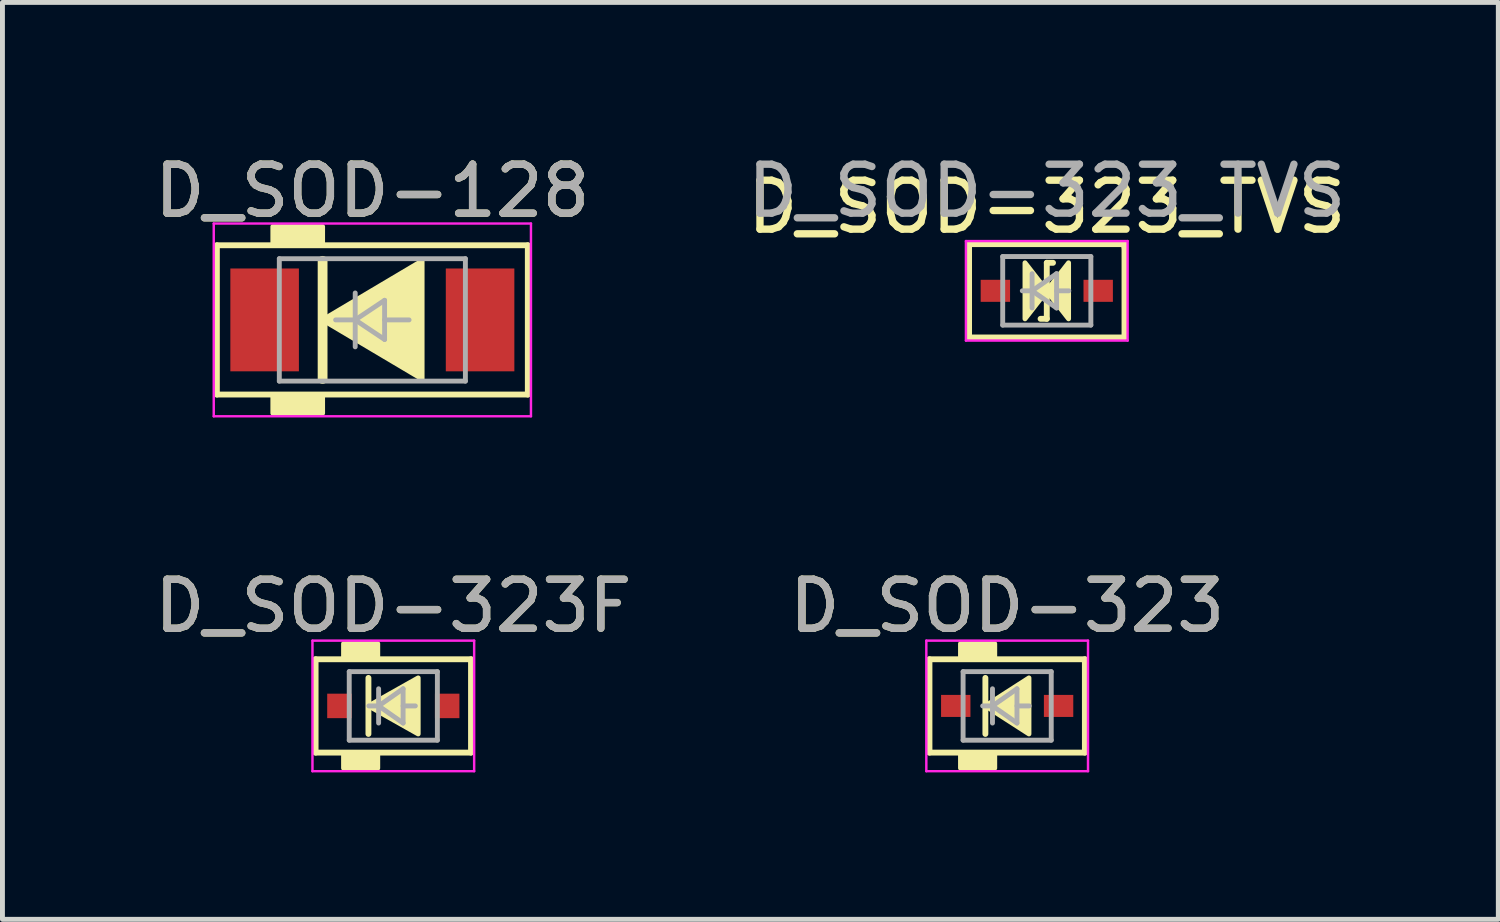
<source format=kicad_pcb>
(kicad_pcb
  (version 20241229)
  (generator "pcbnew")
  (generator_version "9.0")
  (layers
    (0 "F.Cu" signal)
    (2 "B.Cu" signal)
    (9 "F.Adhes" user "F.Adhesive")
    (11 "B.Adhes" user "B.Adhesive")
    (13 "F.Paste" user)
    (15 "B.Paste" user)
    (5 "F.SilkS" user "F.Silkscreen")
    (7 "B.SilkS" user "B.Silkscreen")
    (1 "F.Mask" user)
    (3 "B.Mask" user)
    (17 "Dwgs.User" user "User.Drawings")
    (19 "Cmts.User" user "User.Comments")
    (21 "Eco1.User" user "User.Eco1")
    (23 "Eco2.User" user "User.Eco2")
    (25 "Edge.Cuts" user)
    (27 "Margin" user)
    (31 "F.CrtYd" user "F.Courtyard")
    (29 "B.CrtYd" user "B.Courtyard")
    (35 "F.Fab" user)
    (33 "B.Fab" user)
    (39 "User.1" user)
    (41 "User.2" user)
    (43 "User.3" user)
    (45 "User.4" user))
  (footprint "D_SOD-323_TVS"
    (layer "F.Cu")
    (at 18.327 2.889)
    (property "Reference" "D_SOD-323_TVS" (at 0 -1.714 0) (layer "F.SilkS") (effects (font (size 1 1) (thickness 0.15))))
    (attr smd)
    (fp_line (start -1.587 -0.953) (end -1.587 0.953) (stroke (width 0.12) (type solid)) (layer "F.SilkS"))
    (fp_line (start -1.587 0.953) (end 1.587 0.953) (stroke (width 0.12) (type solid)) (layer "F.SilkS"))
    (fp_line (start -0.127 0.572) (end 0 0.572) (stroke (width 0.12) (type solid)) (layer "F.SilkS"))
    (fp_line (start 0 -0.572) (end 0 0.572) (stroke (width 0.12) (type solid)) (layer "F.SilkS"))
    (fp_line (start 0 -0.572) (end 0.127 -0.572) (stroke (width 0.12) (type solid)) (layer "F.SilkS"))
    (fp_line (start 1.587 -0.953) (end -1.587 -0.953) (stroke (width 0.12) (type solid)) (layer "F.SilkS"))
    (fp_line (start 1.587 -0.889) (end 1.587 -0.953) (stroke (width 0.12) (type solid)) (layer "F.SilkS"))
    (fp_line (start 1.587 0.953) (end 1.587 -0.889) (stroke (width 0.12) (type solid)) (layer "F.SilkS"))
    (fp_poly (pts (xy 0 0) (xy -0.445 0.572) (xy -0.445 -0.572)) (stroke (width 0.1) (type solid)) (fill yes) (layer "F.SilkS"))
    (fp_poly (pts (xy 0 0) (xy 0.445 -0.572) (xy 0.445 0.572)) (stroke (width 0.1) (type solid)) (fill yes) (layer "F.SilkS"))
    (fp_line (start -1.651 -1.016) (end -1.651 1.016) (stroke (width 0.05) (type solid)) (layer "F.CrtYd"))
    (fp_line (start -1.651 -1.016) (end 1.651 -1.016) (stroke (width 0.05) (type solid)) (layer "F.CrtYd"))
    (fp_line (start -1.651 1.016) (end 1.651 1.016) (stroke (width 0.05) (type solid)) (layer "F.CrtYd"))
    (fp_line (start 1.651 -1.016) (end 1.651 1.016) (stroke (width 0.05) (type solid)) (layer "F.CrtYd"))
    (fp_line (start -0.9 -0.7) (end 0.9 -0.7) (stroke (width 0.1) (type solid)) (layer "F.Fab"))
    (fp_line (start -0.9 0.7) (end -0.9 -0.7) (stroke (width 0.1) (type solid)) (layer "F.Fab"))
    (fp_line (start -0.3 -0.35) (end -0.3 0.35) (stroke (width 0.1) (type solid)) (layer "F.Fab"))
    (fp_line (start -0.3 0) (end -0.5 0) (stroke (width 0.1) (type solid)) (layer "F.Fab"))
    (fp_line (start -0.3 0) (end 0.2 -0.35) (stroke (width 0.1) (type solid)) (layer "F.Fab"))
    (fp_line (start 0.2 -0.35) (end 0.2 0.35) (stroke (width 0.1) (type solid)) (layer "F.Fab"))
    (fp_line (start 0.2 0) (end 0.45 0) (stroke (width 0.1) (type solid)) (layer "F.Fab"))
    (fp_line (start 0.2 0.35) (end -0.3 0) (stroke (width 0.1) (type solid)) (layer "F.Fab"))
    (fp_line (start 0.9 -0.7) (end 0.9 0.7) (stroke (width 0.1) (type solid)) (layer "F.Fab"))
    (fp_line (start 0.9 0.7) (end -0.9 0.7) (stroke (width 0.1) (type solid)) (layer "F.Fab"))
    (fp_text user "${REFERENCE}" (at 0 -2.041 0) (layer "F.Fab") (effects (font (size 1 1) (thickness 0.15))))
    (pad "1" smd rect (at -1.05 0) (size 0.6 0.45) (layers "F.Cu" "F.Mask" "F.Paste"))
    (pad "2" smd rect (at 1.05 0) (size 0.6 0.45) (layers "F.Cu" "F.Mask" "F.Paste")))
  (footprint "D_SOD-323"
    (layer "F.Cu")
    (at 17.518 11.366)
    (property "Reference" "D_SOD-323" (at 0 -2.041 0) (layer "F.SilkS") (effects (font (size 1 1) (thickness 0.15))))
    (attr smd)
    (fp_line (start -1.587 -0.953) (end -1.587 0.953) (stroke (width 0.12) (type solid)) (layer "F.SilkS"))
    (fp_line (start -1.587 0.953) (end 1.587 0.953) (stroke (width 0.12) (type solid)) (layer "F.SilkS"))
    (fp_line (start -0.445 -0.572) (end -0.445 0.572) (stroke (width 0.12) (type solid)) (layer "F.SilkS"))
    (fp_line (start 1.587 -0.953) (end -1.587 -0.953) (stroke (width 0.12) (type solid)) (layer "F.SilkS"))
    (fp_line (start 1.587 -0.889) (end 1.587 -0.953) (stroke (width 0.12) (type solid)) (layer "F.SilkS"))
    (fp_line (start 1.587 0.953) (end 1.587 -0.889) (stroke (width 0.12) (type solid)) (layer "F.SilkS"))
    (fp_poly (pts (xy 0.445 0.572) (xy -0.445 0) (xy 0.445 -0.572)) (stroke (width 0.1) (type solid)) (fill yes) (layer "F.SilkS"))
    (fp_poly (pts (xy -0.254 -0.953) (xy -0.953 -0.953) (xy -0.953 -1.27) (xy -0.254 -1.27)) (stroke (width 0.1) (type solid)) (fill yes) (layer "F.SilkS"))
    (fp_poly (pts (xy -0.254 1.27) (xy -0.953 1.27) (xy -0.953 0.953) (xy -0.254 0.953)) (stroke (width 0.1) (type solid)) (fill yes) (layer "F.SilkS"))
    (fp_line (start -1.651 -1.333) (end -1.651 1.333) (stroke (width 0.05) (type solid)) (layer "F.CrtYd"))
    (fp_line (start -1.651 -1.333) (end 1.651 -1.333) (stroke (width 0.05) (type solid)) (layer "F.CrtYd"))
    (fp_line (start -1.651 1.333) (end 1.651 1.333) (stroke (width 0.05) (type solid)) (layer "F.CrtYd"))
    (fp_line (start 1.651 -1.333) (end 1.651 1.333) (stroke (width 0.05) (type solid)) (layer "F.CrtYd"))
    (fp_line (start -0.9 -0.7) (end 0.9 -0.7) (stroke (width 0.1) (type solid)) (layer "F.Fab"))
    (fp_line (start -0.9 0.7) (end -0.9 -0.7) (stroke (width 0.1) (type solid)) (layer "F.Fab"))
    (fp_line (start -0.3 -0.35) (end -0.3 0.35) (stroke (width 0.1) (type solid)) (layer "F.Fab"))
    (fp_line (start -0.3 0) (end -0.5 0) (stroke (width 0.1) (type solid)) (layer "F.Fab"))
    (fp_line (start -0.3 0) (end 0.2 -0.35) (stroke (width 0.1) (type solid)) (layer "F.Fab"))
    (fp_line (start 0.2 -0.35) (end 0.2 0.35) (stroke (width 0.1) (type solid)) (layer "F.Fab"))
    (fp_line (start 0.2 0) (end 0.45 0) (stroke (width 0.1) (type solid)) (layer "F.Fab"))
    (fp_line (start 0.2 0.35) (end -0.3 0) (stroke (width 0.1) (type solid)) (layer "F.Fab"))
    (fp_line (start 0.9 -0.7) (end 0.9 0.7) (stroke (width 0.1) (type solid)) (layer "F.Fab"))
    (fp_line (start 0.9 0.7) (end -0.9 0.7) (stroke (width 0.1) (type solid)) (layer "F.Fab"))
    (fp_text user "${REFERENCE}" (at 0 -2.041 0) (layer "F.Fab") (effects (font (size 1 1) (thickness 0.15))))
    (pad "1" smd rect (at -1.05 0) (size 0.6 0.45) (layers "F.Cu" "F.Mask" "F.Paste"))
    (pad "2" smd rect (at 1.05 0) (size 0.6 0.45) (layers "F.Cu" "F.Mask" "F.Paste")))
  (footprint "D_SOD-323F"
    (layer "F.Cu")
    (at 4.982 11.366)
    (property "Reference" "D_SOD-323F" (at 0 -2.041 0) (layer "F.SilkS") (effects (font (size 1 1) (thickness 0.15))))
    (attr smd)
    (fp_line (start -1.587 -0.953) (end -1.587 0.953) (stroke (width 0.12) (type solid)) (layer "F.SilkS"))
    (fp_line (start -1.587 0.953) (end 1.587 0.953) (stroke (width 0.12) (type solid)) (layer "F.SilkS"))
    (fp_line (start -0.508 -0.572) (end -0.508 0.572) (stroke (width 0.12) (type solid)) (layer "F.SilkS"))
    (fp_line (start 1.587 -0.953) (end -1.587 -0.953) (stroke (width 0.12) (type solid)) (layer "F.SilkS"))
    (fp_line (start 1.587 0.953) (end 1.587 -0.953) (stroke (width 0.12) (type solid)) (layer "F.SilkS"))
    (fp_poly (pts (xy 0.508 0.572) (xy -0.508 0) (xy 0.508 -0.572)) (stroke (width 0.1) (type solid)) (fill yes) (layer "F.SilkS"))
    (fp_poly (pts (xy -0.318 -0.953) (xy -1.016 -0.953) (xy -1.016 -1.27) (xy -0.318 -1.27)) (stroke (width 0.1) (type solid)) (fill yes) (layer "F.SilkS"))
    (fp_poly (pts (xy -0.318 1.27) (xy -1.016 1.27) (xy -1.016 0.953) (xy -0.318 0.953)) (stroke (width 0.1) (type solid)) (fill yes) (layer "F.SilkS"))
    (fp_line (start -1.651 -1.333) (end -1.651 1.333) (stroke (width 0.05) (type solid)) (layer "F.CrtYd"))
    (fp_line (start -1.651 -1.333) (end 1.651 -1.333) (stroke (width 0.05) (type solid)) (layer "F.CrtYd"))
    (fp_line (start -1.651 1.333) (end 1.651 1.333) (stroke (width 0.05) (type solid)) (layer "F.CrtYd"))
    (fp_line (start 1.651 -1.333) (end 1.651 1.333) (stroke (width 0.05) (type solid)) (layer "F.CrtYd"))
    (fp_line (start -0.9 -0.7) (end 0.9 -0.7) (stroke (width 0.1) (type solid)) (layer "F.Fab"))
    (fp_line (start -0.9 0.7) (end -0.9 -0.7) (stroke (width 0.1) (type solid)) (layer "F.Fab"))
    (fp_line (start -0.3 -0.35) (end -0.3 0.35) (stroke (width 0.1) (type solid)) (layer "F.Fab"))
    (fp_line (start -0.3 0) (end -0.5 0) (stroke (width 0.1) (type solid)) (layer "F.Fab"))
    (fp_line (start -0.3 0) (end 0.2 -0.35) (stroke (width 0.1) (type solid)) (layer "F.Fab"))
    (fp_line (start 0.2 -0.35) (end 0.2 0.35) (stroke (width 0.1) (type solid)) (layer "F.Fab"))
    (fp_line (start 0.2 0) (end 0.45 0) (stroke (width 0.1) (type solid)) (layer "F.Fab"))
    (fp_line (start 0.2 0.35) (end -0.3 0) (stroke (width 0.1) (type solid)) (layer "F.Fab"))
    (fp_line (start 0.9 -0.7) (end 0.9 0.7) (stroke (width 0.1) (type solid)) (layer "F.Fab"))
    (fp_line (start 0.9 0.7) (end -0.9 0.7) (stroke (width 0.1) (type solid)) (layer "F.Fab"))
    (fp_text user "${REFERENCE}" (at 0 -2.041 0) (layer "F.Fab") (effects (font (size 1 1) (thickness 0.15))))
    (pad "1" smd rect (at -1.1 0) (size 0.5 0.5) (layers "F.Cu" "F.Mask" "F.Paste"))
    (pad "2" smd rect (at 1.1 0) (size 0.5 0.5) (layers "F.Cu" "F.Mask" "F.Paste")))
  (footprint "D_SOD-128"
    (layer "F.Cu")
    (at 4.554 3.483)
    (property "Reference" "D_SOD-128" (at 0 -2.635 0) (layer "F.SilkS") (effects (font (size 1 1) (thickness 0.15))))
    (attr smd)
    (fp_line (start -3.175 -1.524) (end -3.175 1.524) (stroke (width 0.12) (type solid)) (layer "F.SilkS"))
    (fp_line (start -3.175 1.524) (end 3.175 1.524) (stroke (width 0.12) (type solid)) (layer "F.SilkS"))
    (fp_line (start -1.016 -1.206) (end -1.016 1.206) (stroke (width 0.2) (type solid)) (layer "F.SilkS"))
    (fp_line (start 3.175 -1.524) (end -3.175 -1.524) (stroke (width 0.12) (type solid)) (layer "F.SilkS"))
    (fp_line (start 3.175 1.524) (end 3.175 -1.524) (stroke (width 0.12) (type solid)) (layer "F.SilkS"))
    (fp_poly (pts (xy 1.016 1.206) (xy -1.016 0) (xy 1.016 -1.206)) (stroke (width 0.1) (type solid)) (fill yes) (layer "F.SilkS"))
    (fp_poly (pts (xy -1.016 -1.524) (xy -2.032 -1.524) (xy -2.032 -1.905) (xy -1.016 -1.905)) (stroke (width 0.1) (type solid)) (fill yes) (layer "F.SilkS"))
    (fp_poly (pts (xy -1.016 1.905) (xy -2.032 1.905) (xy -2.032 1.524) (xy -1.016 1.524)) (stroke (width 0.1) (type solid)) (fill yes) (layer "F.SilkS"))
    (fp_line (start -3.239 -1.968) (end -3.239 1.968) (stroke (width 0.05) (type solid)) (layer "F.CrtYd"))
    (fp_line (start -3.239 -1.968) (end 3.239 -1.968) (stroke (width 0.05) (type solid)) (layer "F.CrtYd"))
    (fp_line (start 3.239 -1.968) (end 3.239 1.968) (stroke (width 0.05) (type solid)) (layer "F.CrtYd"))
    (fp_line (start 3.239 1.968) (end -3.239 1.968) (stroke (width 0.05) (type solid)) (layer "F.CrtYd"))
    (fp_line (start -1.9 -1.25) (end 1.9 -1.25) (stroke (width 0.1) (type solid)) (layer "F.Fab"))
    (fp_line (start -1.9 1.25) (end -1.9 -1.25) (stroke (width 0.1) (type solid)) (layer "F.Fab"))
    (fp_line (start -0.75 0) (end -0.35 0) (stroke (width 0.1) (type solid)) (layer "F.Fab"))
    (fp_line (start -0.35 0) (end -0.35 -0.55) (stroke (width 0.1) (type solid)) (layer "F.Fab"))
    (fp_line (start -0.35 0) (end -0.35 0.55) (stroke (width 0.1) (type solid)) (layer "F.Fab"))
    (fp_line (start -0.35 0) (end 0.25 -0.4) (stroke (width 0.1) (type solid)) (layer "F.Fab"))
    (fp_line (start 0.25 -0.4) (end 0.25 0.4) (stroke (width 0.1) (type solid)) (layer "F.Fab"))
    (fp_line (start 0.25 0) (end 0.75 0) (stroke (width 0.1) (type solid)) (layer "F.Fab"))
    (fp_line (start 0.25 0.4) (end -0.35 0) (stroke (width 0.1) (type solid)) (layer "F.Fab"))
    (fp_line (start 1.9 -1.25) (end 1.9 1.25) (stroke (width 0.1) (type solid)) (layer "F.Fab"))
    (fp_line (start 1.9 1.25) (end -1.9 1.25) (stroke (width 0.1) (type solid)) (layer "F.Fab"))
    (fp_text user "${REFERENCE}" (at 0 -2.635 0) (layer "F.Fab") (effects (font (size 1 1) (thickness 0.15))))
    (pad "1" smd rect (at -2.2 0) (size 1.4 2.1) (layers "F.Cu" "F.Mask" "F.Paste"))
    (pad "2" smd rect (at 2.2 0) (size 1.4 2.1) (layers "F.Cu" "F.Mask" "F.Paste")))
  (gr_rect
    (start -3 -3)
    (end 27.548 15.724)
    (stroke (width 0.1) (type default))
    (fill no)
    (layer "Edge.Cuts")))
</source>
